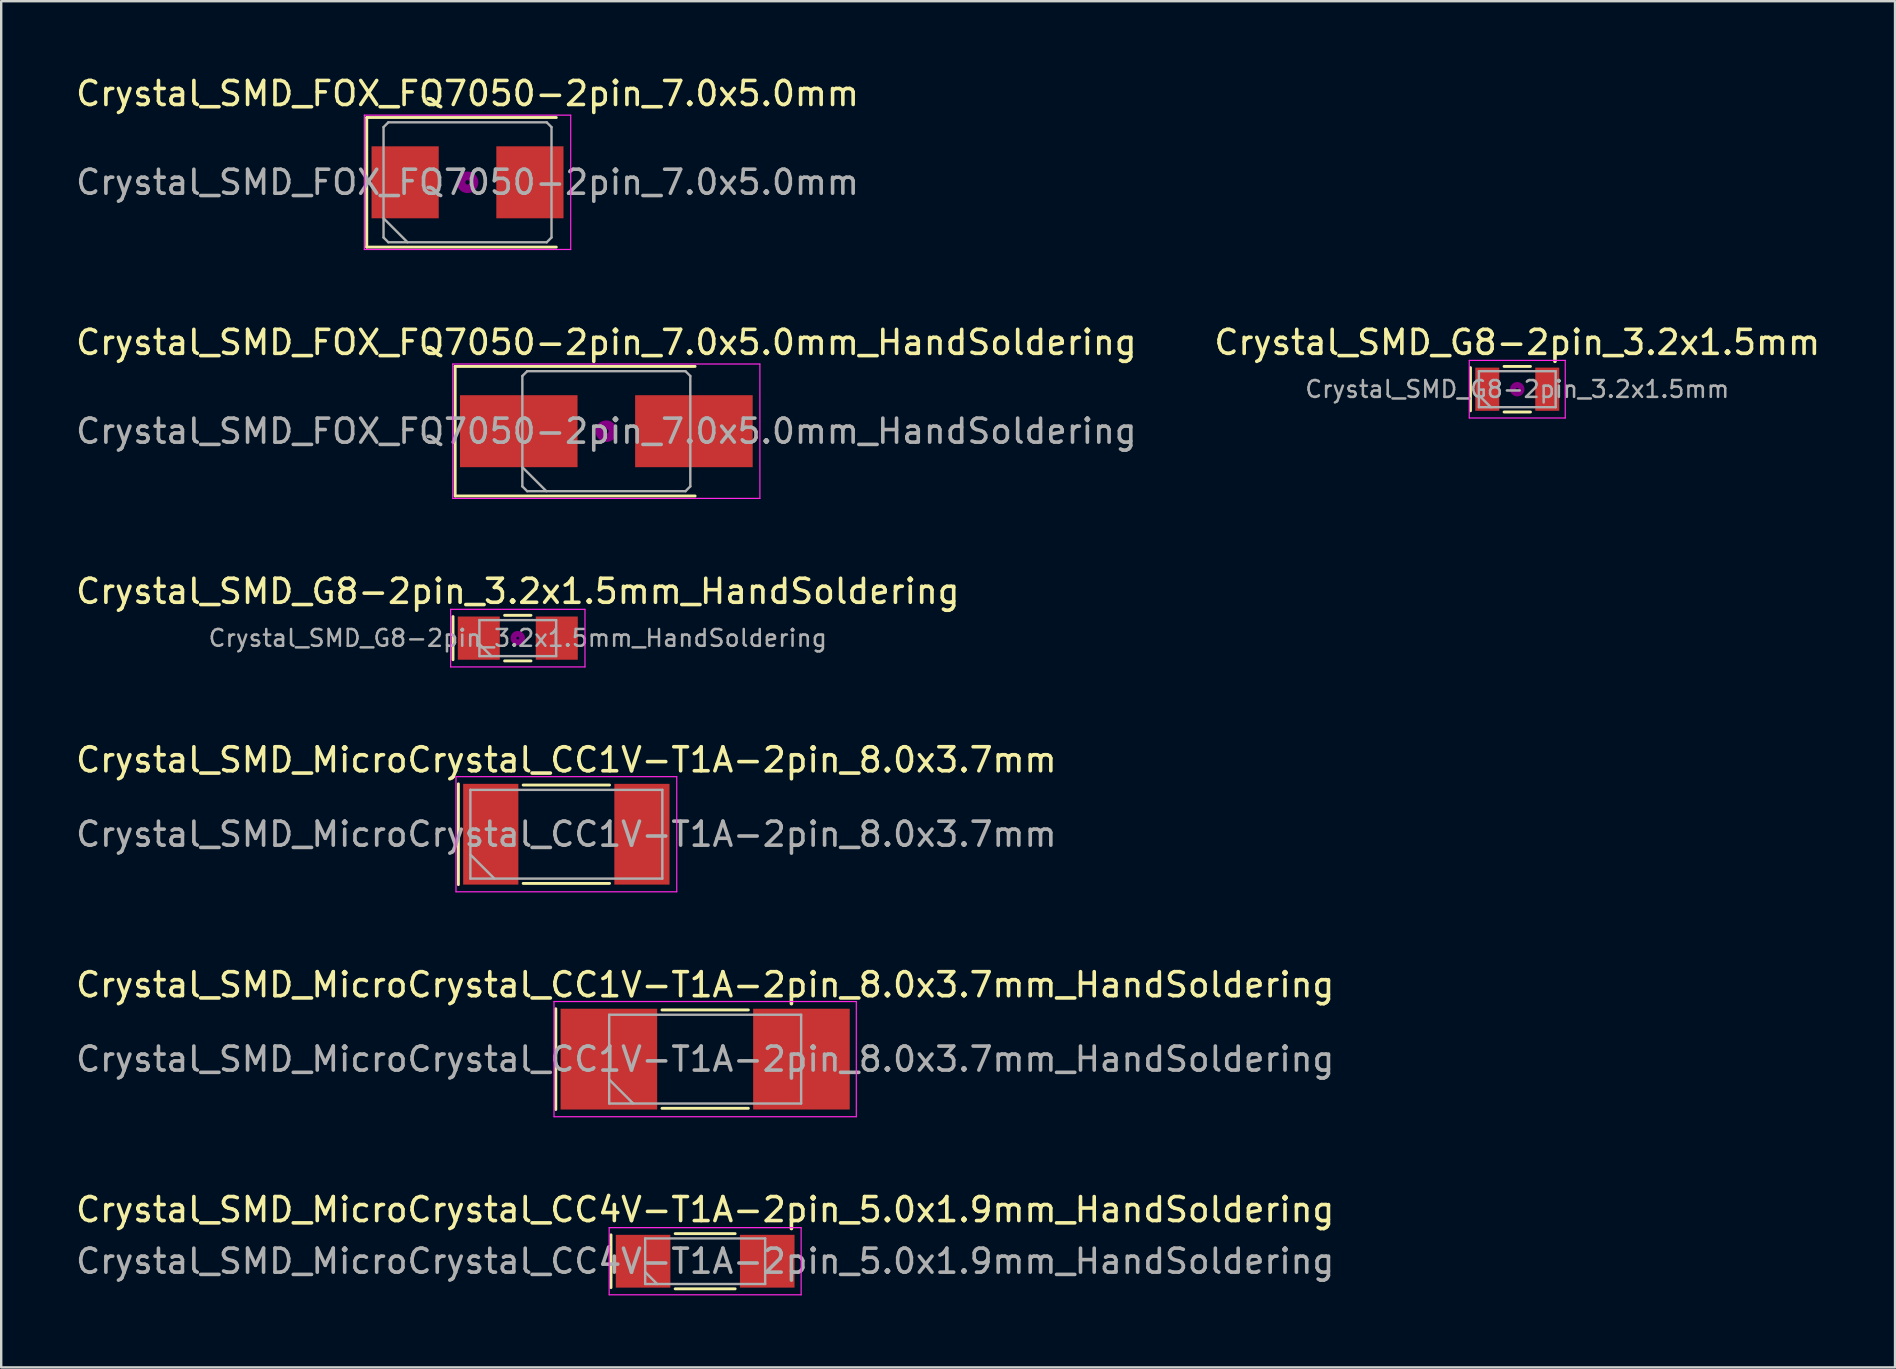
<source format=kicad_pcb>
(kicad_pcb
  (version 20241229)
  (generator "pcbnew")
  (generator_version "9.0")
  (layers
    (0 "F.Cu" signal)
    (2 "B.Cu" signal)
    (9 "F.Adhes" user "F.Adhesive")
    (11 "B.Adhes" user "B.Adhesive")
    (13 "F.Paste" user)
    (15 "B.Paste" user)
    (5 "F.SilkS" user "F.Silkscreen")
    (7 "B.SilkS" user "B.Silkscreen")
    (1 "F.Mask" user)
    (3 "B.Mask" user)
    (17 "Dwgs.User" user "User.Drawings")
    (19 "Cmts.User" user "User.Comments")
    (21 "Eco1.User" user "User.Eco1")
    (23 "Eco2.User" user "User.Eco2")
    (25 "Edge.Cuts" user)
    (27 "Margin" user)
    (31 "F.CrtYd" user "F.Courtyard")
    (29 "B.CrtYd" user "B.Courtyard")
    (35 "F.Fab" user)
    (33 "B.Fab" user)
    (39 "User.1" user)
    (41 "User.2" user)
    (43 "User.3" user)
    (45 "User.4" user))
  (footprint "Crystal_SMD_MicroCrystal_CC1V-T1A-2pin_8.0x3.7mm"
    (layer "F.Cu")
    (at 20.554 31.718)
    (property "Reference" "Crystal_SMD_MicroCrystal_CC1V-T1A-2pin_8.0x3.7mm" (at 0 -3.1 0) (layer "F.SilkS") (effects (font (size 1 1) (thickness 0.15))))
    (attr smd)
    (fp_line (start -4.5 -2.1) (end -4.5 2.1) (stroke (width 0.12) (type solid)) (layer "F.SilkS"))
    (fp_line (start -1.8 -2.05) (end 1.8 -2.05) (stroke (width 0.12) (type solid)) (layer "F.SilkS"))
    (fp_line (start -1.8 2.05) (end 1.8 2.05) (stroke (width 0.12) (type solid)) (layer "F.SilkS"))
    (fp_line (start -4.6 -2.4) (end -4.6 2.4) (stroke (width 0.05) (type solid)) (layer "F.CrtYd"))
    (fp_line (start -4.6 2.4) (end 4.6 2.4) (stroke (width 0.05) (type solid)) (layer "F.CrtYd"))
    (fp_line (start 4.6 -2.4) (end -4.6 -2.4) (stroke (width 0.05) (type solid)) (layer "F.CrtYd"))
    (fp_line (start 4.6 2.4) (end 4.6 -2.4) (stroke (width 0.05) (type solid)) (layer "F.CrtYd"))
    (fp_line (start -4 -1.85) (end -4 1.85) (stroke (width 0.1) (type solid)) (layer "F.Fab"))
    (fp_line (start -4 0.85) (end -3 1.85) (stroke (width 0.1) (type solid)) (layer "F.Fab"))
    (fp_line (start -4 1.85) (end 4 1.85) (stroke (width 0.1) (type solid)) (layer "F.Fab"))
    (fp_line (start 4 -1.85) (end -4 -1.85) (stroke (width 0.1) (type solid)) (layer "F.Fab"))
    (fp_line (start 4 1.85) (end 4 -1.85) (stroke (width 0.1) (type solid)) (layer "F.Fab"))
    (fp_text user "${REFERENCE}" (at 0 0 0) (layer "F.Fab") (effects (font (size 1 1) (thickness 0.15))))
    (pad "1" smd rect (at -3.15 0) (size 2.3 4.2) (layers "F.Cu" "F.Mask" "F.Paste"))
    (pad "2" smd rect (at 3.15 0) (size 2.3 4.2) (layers "F.Cu" "F.Mask" "F.Paste")))
  (footprint "Crystal_SMD_MicroCrystal_CC1V-T1A-2pin_8.0x3.7mm_HandSoldering"
    (layer "F.Cu")
    (at 26.339 41.091)
    (property "Reference" "Crystal_SMD_MicroCrystal_CC1V-T1A-2pin_8.0x3.7mm_HandSoldering" (at 0 -3.1 0) (layer "F.SilkS") (effects (font (size 1 1) (thickness 0.15))))
    (attr smd)
    (fp_line (start -6.225 -2.1) (end -6.225 2.1) (stroke (width 0.12) (type solid)) (layer "F.SilkS"))
    (fp_line (start -1.8 -2.05) (end 1.8 -2.05) (stroke (width 0.12) (type solid)) (layer "F.SilkS"))
    (fp_line (start -1.8 2.05) (end 1.8 2.05) (stroke (width 0.12) (type solid)) (layer "F.SilkS"))
    (fp_line (start -6.3 -2.4) (end -6.3 2.4) (stroke (width 0.05) (type solid)) (layer "F.CrtYd"))
    (fp_line (start -6.3 2.4) (end 6.3 2.4) (stroke (width 0.05) (type solid)) (layer "F.CrtYd"))
    (fp_line (start 6.3 -2.4) (end -6.3 -2.4) (stroke (width 0.05) (type solid)) (layer "F.CrtYd"))
    (fp_line (start 6.3 2.4) (end 6.3 -2.4) (stroke (width 0.05) (type solid)) (layer "F.CrtYd"))
    (fp_line (start -4 -1.85) (end -4 1.85) (stroke (width 0.1) (type solid)) (layer "F.Fab"))
    (fp_line (start -4 0.85) (end -3 1.85) (stroke (width 0.1) (type solid)) (layer "F.Fab"))
    (fp_line (start -4 1.85) (end 4 1.85) (stroke (width 0.1) (type solid)) (layer "F.Fab"))
    (fp_line (start 4 -1.85) (end -4 -1.85) (stroke (width 0.1) (type solid)) (layer "F.Fab"))
    (fp_line (start 4 1.85) (end 4 -1.85) (stroke (width 0.1) (type solid)) (layer "F.Fab"))
    (fp_text user "${REFERENCE}" (at 0 0 0) (layer "F.Fab") (effects (font (size 1 1) (thickness 0.15))))
    (pad "1" smd rect (at -4.013 0) (size 4.025 4.2) (layers "F.Cu" "F.Mask" "F.Paste"))
    (pad "2" smd rect (at 4.013 0) (size 4.025 4.2) (layers "F.Cu" "F.Mask" "F.Paste")))
  (footprint "Crystal_SMD_G8-2pin_3.2x1.5mm_HandSoldering"
    (layer "F.Cu")
    (at 18.53 23.545)
    (property "Reference" "Crystal_SMD_G8-2pin_3.2x1.5mm_HandSoldering" (at 0 -1.95 0) (layer "F.SilkS") (effects (font (size 1 1) (thickness 0.15))))
    (attr smd)
    (fp_line (start -2.7 -0.9) (end -2.7 0.9) (stroke (width 0.12) (type solid)) (layer "F.SilkS"))
    (fp_line (start -0.55 -0.95) (end 0.55 -0.95) (stroke (width 0.12) (type solid)) (layer "F.SilkS"))
    (fp_line (start -0.55 0.95) (end 0.55 0.95) (stroke (width 0.12) (type solid)) (layer "F.SilkS"))
    (fp_circle (center 0 0) (end 0.058 0) (stroke (width 0.117) (type solid)) (fill no) (layer "F.Adhes"))
    (fp_circle (center 0 0) (end 0.133 0) (stroke (width 0.083) (type solid)) (fill no) (layer "F.Adhes"))
    (fp_circle (center 0 0) (end 0.208 0) (stroke (width 0.083) (type solid)) (fill no) (layer "F.Adhes"))
    (fp_circle (center 0 0) (end 0.25 0) (stroke (width 0.1) (type solid)) (fill no) (layer "F.Adhes"))
    (fp_line (start -2.8 -1.2) (end -2.8 1.2) (stroke (width 0.05) (type solid)) (layer "F.CrtYd"))
    (fp_line (start -2.8 1.2) (end 2.8 1.2) (stroke (width 0.05) (type solid)) (layer "F.CrtYd"))
    (fp_line (start 2.8 -1.2) (end -2.8 -1.2) (stroke (width 0.05) (type solid)) (layer "F.CrtYd"))
    (fp_line (start 2.8 1.2) (end 2.8 -1.2) (stroke (width 0.05) (type solid)) (layer "F.CrtYd"))
    (fp_line (start -1.6 -0.75) (end -1.6 0.75) (stroke (width 0.1) (type solid)) (layer "F.Fab"))
    (fp_line (start -1.6 0.25) (end -1.1 0.75) (stroke (width 0.1) (type solid)) (layer "F.Fab"))
    (fp_line (start -1.6 0.75) (end 1.6 0.75) (stroke (width 0.1) (type solid)) (layer "F.Fab"))
    (fp_line (start 1.6 -0.75) (end -1.6 -0.75) (stroke (width 0.1) (type solid)) (layer "F.Fab"))
    (fp_line (start 1.6 0.75) (end 1.6 -0.75) (stroke (width 0.1) (type solid)) (layer "F.Fab"))
    (fp_text user "${REFERENCE}" (at 0 0 0) (layer "F.Fab") (effects (font (size 0.7 0.7) (thickness 0.105))))
    (pad "1" smd rect (at -1.625 0) (size 1.75 1.8) (layers "F.Cu" "F.Mask" "F.Paste"))
    (pad "2" smd rect (at 1.625 0) (size 1.75 1.8) (layers "F.Cu" "F.Mask" "F.Paste")))
  (footprint "Crystal_SMD_G8-2pin_3.2x1.5mm"
    (layer "F.Cu")
    (at 60.185 13.171)
    (property "Reference" "Crystal_SMD_G8-2pin_3.2x1.5mm" (at 0 -1.95 0) (layer "F.SilkS") (effects (font (size 1 1) (thickness 0.15))))
    (attr smd)
    (fp_line (start -1.95 -0.9) (end -1.95 0.9) (stroke (width 0.12) (type solid)) (layer "F.SilkS"))
    (fp_line (start -0.55 -0.95) (end 0.55 -0.95) (stroke (width 0.12) (type solid)) (layer "F.SilkS"))
    (fp_line (start -0.55 0.95) (end 0.55 0.95) (stroke (width 0.12) (type solid)) (layer "F.SilkS"))
    (fp_circle (center 0 0) (end 0.058 0) (stroke (width 0.117) (type solid)) (fill no) (layer "F.Adhes"))
    (fp_circle (center 0 0) (end 0.133 0) (stroke (width 0.083) (type solid)) (fill no) (layer "F.Adhes"))
    (fp_circle (center 0 0) (end 0.208 0) (stroke (width 0.083) (type solid)) (fill no) (layer "F.Adhes"))
    (fp_circle (center 0 0) (end 0.25 0) (stroke (width 0.1) (type solid)) (fill no) (layer "F.Adhes"))
    (fp_line (start -2 -1.2) (end -2 1.2) (stroke (width 0.05) (type solid)) (layer "F.CrtYd"))
    (fp_line (start -2 1.2) (end 2 1.2) (stroke (width 0.05) (type solid)) (layer "F.CrtYd"))
    (fp_line (start 2 -1.2) (end -2 -1.2) (stroke (width 0.05) (type solid)) (layer "F.CrtYd"))
    (fp_line (start 2 1.2) (end 2 -1.2) (stroke (width 0.05) (type solid)) (layer "F.CrtYd"))
    (fp_line (start -1.6 -0.75) (end -1.6 0.75) (stroke (width 0.1) (type solid)) (layer "F.Fab"))
    (fp_line (start -1.6 0.25) (end -1.1 0.75) (stroke (width 0.1) (type solid)) (layer "F.Fab"))
    (fp_line (start -1.6 0.75) (end 1.6 0.75) (stroke (width 0.1) (type solid)) (layer "F.Fab"))
    (fp_line (start 1.6 -0.75) (end -1.6 -0.75) (stroke (width 0.1) (type solid)) (layer "F.Fab"))
    (fp_line (start 1.6 0.75) (end 1.6 -0.75) (stroke (width 0.1) (type solid)) (layer "F.Fab"))
    (fp_text user "${REFERENCE}" (at 0 0 0) (layer "F.Fab") (effects (font (size 0.7 0.7) (thickness 0.105))))
    (pad "1" smd rect (at -1.25 0) (size 1 1.8) (layers "F.Cu" "F.Mask" "F.Paste"))
    (pad "2" smd rect (at 1.25 0) (size 1 1.8) (layers "F.Cu" "F.Mask" "F.Paste")))
  (footprint "Crystal_SMD_FOX_FQ7050-2pin_7.0x5.0mm_HandSoldering"
    (layer "F.Cu")
    (at 22.22 14.921)
    (property "Reference" "Crystal_SMD_FOX_FQ7050-2pin_7.0x5.0mm_HandSoldering" (at 0 -3.7 0) (layer "F.SilkS") (effects (font (size 1 1) (thickness 0.15))))
    (attr smd)
    (fp_line (start -6.3 -2.7) (end -6.3 2.7) (stroke (width 0.12) (type solid)) (layer "F.SilkS"))
    (fp_line (start -6.3 2.7) (end 3.7 2.7) (stroke (width 0.12) (type solid)) (layer "F.SilkS"))
    (fp_line (start 3.7 -2.7) (end -6.3 -2.7) (stroke (width 0.12) (type solid)) (layer "F.SilkS"))
    (fp_circle (center 0 0) (end 0.093 0) (stroke (width 0.187) (type solid)) (fill no) (layer "F.Adhes"))
    (fp_circle (center 0 0) (end 0.213 0) (stroke (width 0.133) (type solid)) (fill no) (layer "F.Adhes"))
    (fp_circle (center 0 0) (end 0.333 0) (stroke (width 0.133) (type solid)) (fill no) (layer "F.Adhes"))
    (fp_circle (center 0 0) (end 0.4 0) (stroke (width 0.1) (type solid)) (fill no) (layer "F.Adhes"))
    (fp_line (start -6.4 -2.8) (end -6.4 2.8) (stroke (width 0.05) (type solid)) (layer "F.CrtYd"))
    (fp_line (start -6.4 2.8) (end 6.4 2.8) (stroke (width 0.05) (type solid)) (layer "F.CrtYd"))
    (fp_line (start 6.4 -2.8) (end -6.4 -2.8) (stroke (width 0.05) (type solid)) (layer "F.CrtYd"))
    (fp_line (start 6.4 2.8) (end 6.4 -2.8) (stroke (width 0.05) (type solid)) (layer "F.CrtYd"))
    (fp_line (start -3.5 -2.3) (end -3.3 -2.5) (stroke (width 0.1) (type solid)) (layer "F.Fab"))
    (fp_line (start -3.5 1.5) (end -2.5 2.5) (stroke (width 0.1) (type solid)) (layer "F.Fab"))
    (fp_line (start -3.5 2.3) (end -3.5 -2.3) (stroke (width 0.1) (type solid)) (layer "F.Fab"))
    (fp_line (start -3.3 -2.5) (end 3.3 -2.5) (stroke (width 0.1) (type solid)) (layer "F.Fab"))
    (fp_line (start -3.3 2.5) (end -3.5 2.3) (stroke (width 0.1) (type solid)) (layer "F.Fab"))
    (fp_line (start 3.3 -2.5) (end 3.5 -2.3) (stroke (width 0.1) (type solid)) (layer "F.Fab"))
    (fp_line (start 3.3 2.5) (end -3.3 2.5) (stroke (width 0.1) (type solid)) (layer "F.Fab"))
    (fp_line (start 3.5 -2.3) (end 3.5 2.3) (stroke (width 0.1) (type solid)) (layer "F.Fab"))
    (fp_line (start 3.5 2.3) (end 3.3 2.5) (stroke (width 0.1) (type solid)) (layer "F.Fab"))
    (fp_text user "${REFERENCE}" (at 0 0 0) (layer "F.Fab") (effects (font (size 1 1) (thickness 0.15))))
    (pad "1" smd rect (at -3.65 0) (size 4.9 3) (layers "F.Cu" "F.Mask" "F.Paste"))
    (pad "2" smd rect (at 3.65 0) (size 4.9 3) (layers "F.Cu" "F.Mask" "F.Paste")))
  (footprint "Crystal_SMD_MicroCrystal_CC4V-T1A-2pin_5.0x1.9mm_HandSoldering"
    (layer "F.Cu")
    (at 26.339 49.514)
    (property "Reference" "Crystal_SMD_MicroCrystal_CC4V-T1A-2pin_5.0x1.9mm_HandSoldering" (at 0 -2.15 0) (layer "F.SilkS") (effects (font (size 1 1) (thickness 0.15))))
    (attr smd)
    (fp_line (start -3.925 -1.1) (end -3.925 1.1) (stroke (width 0.12) (type solid)) (layer "F.SilkS"))
    (fp_line (start -1.25 -1.15) (end 1.25 -1.15) (stroke (width 0.12) (type solid)) (layer "F.SilkS"))
    (fp_line (start -1.25 1.15) (end 1.25 1.15) (stroke (width 0.12) (type solid)) (layer "F.SilkS"))
    (fp_line (start -4 -1.4) (end -4 1.4) (stroke (width 0.05) (type solid)) (layer "F.CrtYd"))
    (fp_line (start -4 1.4) (end 4 1.4) (stroke (width 0.05) (type solid)) (layer "F.CrtYd"))
    (fp_line (start 4 -1.4) (end -4 -1.4) (stroke (width 0.05) (type solid)) (layer "F.CrtYd"))
    (fp_line (start 4 1.4) (end 4 -1.4) (stroke (width 0.05) (type solid)) (layer "F.CrtYd"))
    (fp_line (start -2.5 -0.95) (end -2.5 0.95) (stroke (width 0.1) (type solid)) (layer "F.Fab"))
    (fp_line (start -2.5 0.45) (end -2 0.95) (stroke (width 0.1) (type solid)) (layer "F.Fab"))
    (fp_line (start -2.5 0.95) (end 2.5 0.95) (stroke (width 0.1) (type solid)) (layer "F.Fab"))
    (fp_line (start 2.5 -0.95) (end -2.5 -0.95) (stroke (width 0.1) (type solid)) (layer "F.Fab"))
    (fp_line (start 2.5 0.95) (end 2.5 -0.95) (stroke (width 0.1) (type solid)) (layer "F.Fab"))
    (fp_text user "${REFERENCE}" (at 0 0 0) (layer "F.Fab") (effects (font (size 1 1) (thickness 0.15))))
    (pad "1" smd rect (at -2.587 0) (size 2.275 2.2) (layers "F.Cu" "F.Mask" "F.Paste"))
    (pad "2" smd rect (at 2.587 0) (size 2.275 2.2) (layers "F.Cu" "F.Mask" "F.Paste")))
  (footprint "Crystal_SMD_FOX_FQ7050-2pin_7.0x5.0mm"
    (layer "F.Cu")
    (at 16.435 4.548)
    (property "Reference" "Crystal_SMD_FOX_FQ7050-2pin_7.0x5.0mm" (at 0 -3.7 0) (layer "F.SilkS") (effects (font (size 1 1) (thickness 0.15))))
    (attr smd)
    (fp_line (start -4.2 -2.7) (end -4.2 2.7) (stroke (width 0.12) (type solid)) (layer "F.SilkS"))
    (fp_line (start -4.2 2.7) (end 3.7 2.7) (stroke (width 0.12) (type solid)) (layer "F.SilkS"))
    (fp_line (start 3.7 -2.7) (end -4.2 -2.7) (stroke (width 0.12) (type solid)) (layer "F.SilkS"))
    (fp_circle (center 0 0) (end 0.093 0) (stroke (width 0.187) (type solid)) (fill no) (layer "F.Adhes"))
    (fp_circle (center 0 0) (end 0.213 0) (stroke (width 0.133) (type solid)) (fill no) (layer "F.Adhes"))
    (fp_circle (center 0 0) (end 0.333 0) (stroke (width 0.133) (type solid)) (fill no) (layer "F.Adhes"))
    (fp_circle (center 0 0) (end 0.4 0) (stroke (width 0.1) (type solid)) (fill no) (layer "F.Adhes"))
    (fp_line (start -4.3 -2.8) (end -4.3 2.8) (stroke (width 0.05) (type solid)) (layer "F.CrtYd"))
    (fp_line (start -4.3 2.8) (end 4.3 2.8) (stroke (width 0.05) (type solid)) (layer "F.CrtYd"))
    (fp_line (start 4.3 -2.8) (end -4.3 -2.8) (stroke (width 0.05) (type solid)) (layer "F.CrtYd"))
    (fp_line (start 4.3 2.8) (end 4.3 -2.8) (stroke (width 0.05) (type solid)) (layer "F.CrtYd"))
    (fp_line (start -3.5 -2.3) (end -3.3 -2.5) (stroke (width 0.1) (type solid)) (layer "F.Fab"))
    (fp_line (start -3.5 1.5) (end -2.5 2.5) (stroke (width 0.1) (type solid)) (layer "F.Fab"))
    (fp_line (start -3.5 2.3) (end -3.5 -2.3) (stroke (width 0.1) (type solid)) (layer "F.Fab"))
    (fp_line (start -3.3 -2.5) (end 3.3 -2.5) (stroke (width 0.1) (type solid)) (layer "F.Fab"))
    (fp_line (start -3.3 2.5) (end -3.5 2.3) (stroke (width 0.1) (type solid)) (layer "F.Fab"))
    (fp_line (start 3.3 -2.5) (end 3.5 -2.3) (stroke (width 0.1) (type solid)) (layer "F.Fab"))
    (fp_line (start 3.3 2.5) (end -3.3 2.5) (stroke (width 0.1) (type solid)) (layer "F.Fab"))
    (fp_line (start 3.5 -2.3) (end 3.5 2.3) (stroke (width 0.1) (type solid)) (layer "F.Fab"))
    (fp_line (start 3.5 2.3) (end 3.3 2.5) (stroke (width 0.1) (type solid)) (layer "F.Fab"))
    (fp_text user "${REFERENCE}" (at 0 0 0) (layer "F.Fab") (effects (font (size 1 1) (thickness 0.15))))
    (pad "1" smd rect (at -2.6 0) (size 2.8 3) (layers "F.Cu" "F.Mask" "F.Paste"))
    (pad "2" smd rect (at 2.6 0) (size 2.8 3) (layers "F.Cu" "F.Mask" "F.Paste")))
  (gr_rect
    (start -3 -3)
    (end 75.929 53.94)
    (stroke (width 0.1) (type default))
    (fill no)
    (layer "Edge.Cuts")))
</source>
